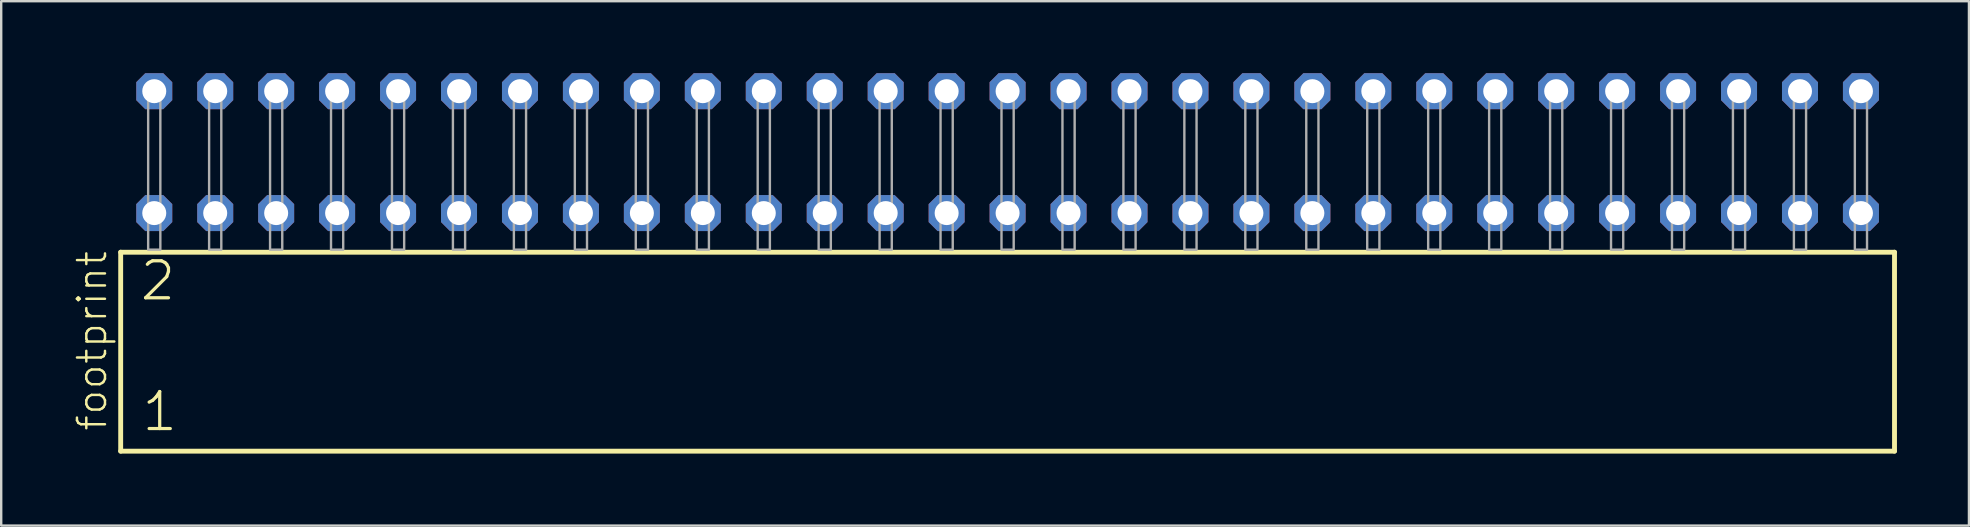
<source format=kicad_pcb>
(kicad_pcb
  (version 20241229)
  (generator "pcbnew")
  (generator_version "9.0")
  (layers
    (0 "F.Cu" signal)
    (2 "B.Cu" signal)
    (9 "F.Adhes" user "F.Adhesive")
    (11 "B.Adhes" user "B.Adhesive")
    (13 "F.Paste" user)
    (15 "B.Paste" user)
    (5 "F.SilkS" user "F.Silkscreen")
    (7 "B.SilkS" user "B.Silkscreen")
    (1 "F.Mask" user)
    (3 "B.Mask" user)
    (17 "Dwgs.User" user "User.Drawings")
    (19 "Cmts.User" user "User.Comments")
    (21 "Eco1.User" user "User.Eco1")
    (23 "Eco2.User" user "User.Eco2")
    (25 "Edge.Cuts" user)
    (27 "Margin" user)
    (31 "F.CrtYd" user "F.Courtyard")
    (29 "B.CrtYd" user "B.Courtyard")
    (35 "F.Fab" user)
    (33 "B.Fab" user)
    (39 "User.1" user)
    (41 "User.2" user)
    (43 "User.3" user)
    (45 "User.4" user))
  (footprint "footprint"
    (layer "F.Cu")
    (at 38.938 7.354)
    (property "Reference" "footprint" (at -37.465 7.62 90) (layer "F.SilkS") (effects (font (size 1.168 1.168) (thickness 0.102)) (justify left bottom)))
    (fp_line (start -36.959 0.106) (end -36.959 8.396) (stroke (width 0.203) (type solid)) (layer "F.SilkS"))
    (fp_line (start -36.959 8.396) (end 36.959 8.396) (stroke (width 0.203) (type solid)) (layer "F.SilkS"))
    (fp_line (start 36.959 0.106) (end -36.959 0.106) (stroke (width 0.203) (type solid)) (layer "F.SilkS"))
    (fp_line (start 36.959 8.396) (end 36.959 0.106) (stroke (width 0.203) (type solid)) (layer "F.SilkS"))
    (fp_poly (pts (xy -35.814 0) (xy -35.306 0) (xy -35.306 -6.858) (xy -35.814 -6.858)) (stroke (width 0.1) (type solid)) (fill no) (layer "F.Fab"))
    (fp_poly (pts (xy -33.274 0) (xy -32.766 0) (xy -32.766 -6.858) (xy -33.274 -6.858)) (stroke (width 0.1) (type solid)) (fill no) (layer "F.Fab"))
    (fp_poly (pts (xy -30.734 0) (xy -30.226 0) (xy -30.226 -6.858) (xy -30.734 -6.858)) (stroke (width 0.1) (type solid)) (fill no) (layer "F.Fab"))
    (fp_poly (pts (xy -28.194 0) (xy -27.686 0) (xy -27.686 -6.858) (xy -28.194 -6.858)) (stroke (width 0.1) (type solid)) (fill no) (layer "F.Fab"))
    (fp_poly (pts (xy -25.654 0) (xy -25.146 0) (xy -25.146 -6.858) (xy -25.654 -6.858)) (stroke (width 0.1) (type solid)) (fill no) (layer "F.Fab"))
    (fp_poly (pts (xy -23.114 0) (xy -22.606 0) (xy -22.606 -6.858) (xy -23.114 -6.858)) (stroke (width 0.1) (type solid)) (fill no) (layer "F.Fab"))
    (fp_poly (pts (xy -20.574 0) (xy -20.066 0) (xy -20.066 -6.858) (xy -20.574 -6.858)) (stroke (width 0.1) (type solid)) (fill no) (layer "F.Fab"))
    (fp_poly (pts (xy -18.034 0) (xy -17.526 0) (xy -17.526 -6.858) (xy -18.034 -6.858)) (stroke (width 0.1) (type solid)) (fill no) (layer "F.Fab"))
    (fp_poly (pts (xy -15.494 0) (xy -14.986 0) (xy -14.986 -6.858) (xy -15.494 -6.858)) (stroke (width 0.1) (type solid)) (fill no) (layer "F.Fab"))
    (fp_poly (pts (xy -12.954 0) (xy -12.446 0) (xy -12.446 -6.858) (xy -12.954 -6.858)) (stroke (width 0.1) (type solid)) (fill no) (layer "F.Fab"))
    (fp_poly (pts (xy -10.414 0) (xy -9.906 0) (xy -9.906 -6.858) (xy -10.414 -6.858)) (stroke (width 0.1) (type solid)) (fill no) (layer "F.Fab"))
    (fp_poly (pts (xy -7.874 0) (xy -7.366 0) (xy -7.366 -6.858) (xy -7.874 -6.858)) (stroke (width 0.1) (type solid)) (fill no) (layer "F.Fab"))
    (fp_poly (pts (xy -5.334 0) (xy -4.826 0) (xy -4.826 -6.858) (xy -5.334 -6.858)) (stroke (width 0.1) (type solid)) (fill no) (layer "F.Fab"))
    (fp_poly (pts (xy -2.794 0) (xy -2.286 0) (xy -2.286 -6.858) (xy -2.794 -6.858)) (stroke (width 0.1) (type solid)) (fill no) (layer "F.Fab"))
    (fp_poly (pts (xy -0.254 0) (xy 0.254 0) (xy 0.254 -6.858) (xy -0.254 -6.858)) (stroke (width 0.1) (type solid)) (fill no) (layer "F.Fab"))
    (fp_poly (pts (xy 2.286 0) (xy 2.794 0) (xy 2.794 -6.858) (xy 2.286 -6.858)) (stroke (width 0.1) (type solid)) (fill no) (layer "F.Fab"))
    (fp_poly (pts (xy 4.826 0) (xy 5.334 0) (xy 5.334 -6.858) (xy 4.826 -6.858)) (stroke (width 0.1) (type solid)) (fill no) (layer "F.Fab"))
    (fp_poly (pts (xy 7.366 0) (xy 7.874 0) (xy 7.874 -6.858) (xy 7.366 -6.858)) (stroke (width 0.1) (type solid)) (fill no) (layer "F.Fab"))
    (fp_poly (pts (xy 9.906 0) (xy 10.414 0) (xy 10.414 -6.858) (xy 9.906 -6.858)) (stroke (width 0.1) (type solid)) (fill no) (layer "F.Fab"))
    (fp_poly (pts (xy 12.446 0) (xy 12.954 0) (xy 12.954 -6.858) (xy 12.446 -6.858)) (stroke (width 0.1) (type solid)) (fill no) (layer "F.Fab"))
    (fp_poly (pts (xy 14.986 0) (xy 15.494 0) (xy 15.494 -6.858) (xy 14.986 -6.858)) (stroke (width 0.1) (type solid)) (fill no) (layer "F.Fab"))
    (fp_poly (pts (xy 17.526 0) (xy 18.034 0) (xy 18.034 -6.858) (xy 17.526 -6.858)) (stroke (width 0.1) (type solid)) (fill no) (layer "F.Fab"))
    (fp_poly (pts (xy 20.066 0) (xy 20.574 0) (xy 20.574 -6.858) (xy 20.066 -6.858)) (stroke (width 0.1) (type solid)) (fill no) (layer "F.Fab"))
    (fp_poly (pts (xy 22.606 0) (xy 23.114 0) (xy 23.114 -6.858) (xy 22.606 -6.858)) (stroke (width 0.1) (type solid)) (fill no) (layer "F.Fab"))
    (fp_poly (pts (xy 25.146 0) (xy 25.654 0) (xy 25.654 -6.858) (xy 25.146 -6.858)) (stroke (width 0.1) (type solid)) (fill no) (layer "F.Fab"))
    (fp_poly (pts (xy 27.686 0) (xy 28.194 0) (xy 28.194 -6.858) (xy 27.686 -6.858)) (stroke (width 0.1) (type solid)) (fill no) (layer "F.Fab"))
    (fp_poly (pts (xy 30.226 0) (xy 30.734 0) (xy 30.734 -6.858) (xy 30.226 -6.858)) (stroke (width 0.1) (type solid)) (fill no) (layer "F.Fab"))
    (fp_poly (pts (xy 32.766 0) (xy 33.274 0) (xy 33.274 -6.858) (xy 32.766 -6.858)) (stroke (width 0.1) (type solid)) (fill no) (layer "F.Fab"))
    (fp_poly (pts (xy 35.306 0) (xy 35.814 0) (xy 35.814 -6.858) (xy 35.306 -6.858)) (stroke (width 0.1) (type solid)) (fill no) (layer "F.Fab"))
    (fp_text user "1" (at -36.155 7.65 0) (layer "F.SilkS") (effects (font (size 1.542 1.542) (thickness 0.134)) (justify left bottom)))
    (fp_text user "2" (at -36.23 2.2 0) (layer "F.SilkS") (effects (font (size 1.542 1.542) (thickness 0.134)) (justify left bottom)))
    (pad "1" thru_hole roundrect (at -35.56 -1.524) (size 1.5 1.5) (drill 1) (layers "*.Cu" "*.Mask") (roundrect_rratio 0.25) (chamfer_ratio 0.25) (chamfer top_left top_right bottom_left bottom_right))
    (pad "2" thru_hole roundrect (at -35.56 -6.604) (size 1.5 1.5) (drill 1) (layers "*.Cu" "*.Mask") (roundrect_rratio 0.25) (chamfer_ratio 0.25) (chamfer top_left top_right bottom_left bottom_right))
    (pad "3" thru_hole roundrect (at -33.02 -1.524) (size 1.5 1.5) (drill 1) (layers "*.Cu" "*.Mask") (roundrect_rratio 0.25) (chamfer_ratio 0.25) (chamfer top_left top_right bottom_left bottom_right))
    (pad "4" thru_hole roundrect (at -33.02 -6.604) (size 1.5 1.5) (drill 1) (layers "*.Cu" "*.Mask") (roundrect_rratio 0.25) (chamfer_ratio 0.25) (chamfer top_left top_right bottom_left bottom_right))
    (pad "5" thru_hole roundrect (at -30.48 -1.524) (size 1.5 1.5) (drill 1) (layers "*.Cu" "*.Mask") (roundrect_rratio 0.25) (chamfer_ratio 0.25) (chamfer top_left top_right bottom_left bottom_right))
    (pad "6" thru_hole roundrect (at -30.48 -6.604) (size 1.5 1.5) (drill 1) (layers "*.Cu" "*.Mask") (roundrect_rratio 0.25) (chamfer_ratio 0.25) (chamfer top_left top_right bottom_left bottom_right))
    (pad "7" thru_hole roundrect (at -27.94 -1.524) (size 1.5 1.5) (drill 1) (layers "*.Cu" "*.Mask") (roundrect_rratio 0.25) (chamfer_ratio 0.25) (chamfer top_left top_right bottom_left bottom_right))
    (pad "8" thru_hole roundrect (at -27.94 -6.604) (size 1.5 1.5) (drill 1) (layers "*.Cu" "*.Mask") (roundrect_rratio 0.25) (chamfer_ratio 0.25) (chamfer top_left top_right bottom_left bottom_right))
    (pad "9" thru_hole roundrect (at -25.4 -1.524) (size 1.5 1.5) (drill 1) (layers "*.Cu" "*.Mask") (roundrect_rratio 0.25) (chamfer_ratio 0.25) (chamfer top_left top_right bottom_left bottom_right))
    (pad "10" thru_hole roundrect (at -25.4 -6.604) (size 1.5 1.5) (drill 1) (layers "*.Cu" "*.Mask") (roundrect_rratio 0.25) (chamfer_ratio 0.25) (chamfer top_left top_right bottom_left bottom_right))
    (pad "11" thru_hole roundrect (at -22.86 -1.524) (size 1.5 1.5) (drill 1) (layers "*.Cu" "*.Mask") (roundrect_rratio 0.25) (chamfer_ratio 0.25) (chamfer top_left top_right bottom_left bottom_right))
    (pad "12" thru_hole roundrect (at -22.86 -6.604) (size 1.5 1.5) (drill 1) (layers "*.Cu" "*.Mask") (roundrect_rratio 0.25) (chamfer_ratio 0.25) (chamfer top_left top_right bottom_left bottom_right))
    (pad "13" thru_hole roundrect (at -20.32 -1.524) (size 1.5 1.5) (drill 1) (layers "*.Cu" "*.Mask") (roundrect_rratio 0.25) (chamfer_ratio 0.25) (chamfer top_left top_right bottom_left bottom_right))
    (pad "14" thru_hole roundrect (at -20.32 -6.604) (size 1.5 1.5) (drill 1) (layers "*.Cu" "*.Mask") (roundrect_rratio 0.25) (chamfer_ratio 0.25) (chamfer top_left top_right bottom_left bottom_right))
    (pad "15" thru_hole roundrect (at -17.78 -1.524) (size 1.5 1.5) (drill 1) (layers "*.Cu" "*.Mask") (roundrect_rratio 0.25) (chamfer_ratio 0.25) (chamfer top_left top_right bottom_left bottom_right))
    (pad "16" thru_hole roundrect (at -17.78 -6.604) (size 1.5 1.5) (drill 1) (layers "*.Cu" "*.Mask") (roundrect_rratio 0.25) (chamfer_ratio 0.25) (chamfer top_left top_right bottom_left bottom_right))
    (pad "17" thru_hole roundrect (at -15.24 -1.524) (size 1.5 1.5) (drill 1) (layers "*.Cu" "*.Mask") (roundrect_rratio 0.25) (chamfer_ratio 0.25) (chamfer top_left top_right bottom_left bottom_right))
    (pad "18" thru_hole roundrect (at -15.24 -6.604) (size 1.5 1.5) (drill 1) (layers "*.Cu" "*.Mask") (roundrect_rratio 0.25) (chamfer_ratio 0.25) (chamfer top_left top_right bottom_left bottom_right))
    (pad "19" thru_hole roundrect (at -12.7 -1.524) (size 1.5 1.5) (drill 1) (layers "*.Cu" "*.Mask") (roundrect_rratio 0.25) (chamfer_ratio 0.25) (chamfer top_left top_right bottom_left bottom_right))
    (pad "20" thru_hole roundrect (at -12.7 -6.604) (size 1.5 1.5) (drill 1) (layers "*.Cu" "*.Mask") (roundrect_rratio 0.25) (chamfer_ratio 0.25) (chamfer top_left top_right bottom_left bottom_right))
    (pad "21" thru_hole roundrect (at -10.16 -1.524) (size 1.5 1.5) (drill 1) (layers "*.Cu" "*.Mask") (roundrect_rratio 0.25) (chamfer_ratio 0.25) (chamfer top_left top_right bottom_left bottom_right))
    (pad "22" thru_hole roundrect (at -10.16 -6.604) (size 1.5 1.5) (drill 1) (layers "*.Cu" "*.Mask") (roundrect_rratio 0.25) (chamfer_ratio 0.25) (chamfer top_left top_right bottom_left bottom_right))
    (pad "23" thru_hole roundrect (at -7.62 -1.524) (size 1.5 1.5) (drill 1) (layers "*.Cu" "*.Mask") (roundrect_rratio 0.25) (chamfer_ratio 0.25) (chamfer top_left top_right bottom_left bottom_right))
    (pad "24" thru_hole roundrect (at -7.62 -6.604) (size 1.5 1.5) (drill 1) (layers "*.Cu" "*.Mask") (roundrect_rratio 0.25) (chamfer_ratio 0.25) (chamfer top_left top_right bottom_left bottom_right))
    (pad "25" thru_hole roundrect (at -5.08 -1.524) (size 1.5 1.5) (drill 1) (layers "*.Cu" "*.Mask") (roundrect_rratio 0.25) (chamfer_ratio 0.25) (chamfer top_left top_right bottom_left bottom_right))
    (pad "26" thru_hole roundrect (at -5.08 -6.604) (size 1.5 1.5) (drill 1) (layers "*.Cu" "*.Mask") (roundrect_rratio 0.25) (chamfer_ratio 0.25) (chamfer top_left top_right bottom_left bottom_right))
    (pad "27" thru_hole roundrect (at -2.54 -1.524) (size 1.5 1.5) (drill 1) (layers "*.Cu" "*.Mask") (roundrect_rratio 0.25) (chamfer_ratio 0.25) (chamfer top_left top_right bottom_left bottom_right))
    (pad "28" thru_hole roundrect (at -2.54 -6.604) (size 1.5 1.5) (drill 1) (layers "*.Cu" "*.Mask") (roundrect_rratio 0.25) (chamfer_ratio 0.25) (chamfer top_left top_right bottom_left bottom_right))
    (pad "29" thru_hole roundrect (at 0 -1.524) (size 1.5 1.5) (drill 1) (layers "*.Cu" "*.Mask") (roundrect_rratio 0.25) (chamfer_ratio 0.25) (chamfer top_left top_right bottom_left bottom_right))
    (pad "30" thru_hole roundrect (at 0 -6.604) (size 1.5 1.5) (drill 1) (layers "*.Cu" "*.Mask") (roundrect_rratio 0.25) (chamfer_ratio 0.25) (chamfer top_left top_right bottom_left bottom_right))
    (pad "31" thru_hole roundrect (at 2.54 -1.524) (size 1.5 1.5) (drill 1) (layers "*.Cu" "*.Mask") (roundrect_rratio 0.25) (chamfer_ratio 0.25) (chamfer top_left top_right bottom_left bottom_right))
    (pad "32" thru_hole roundrect (at 2.54 -6.604) (size 1.5 1.5) (drill 1) (layers "*.Cu" "*.Mask") (roundrect_rratio 0.25) (chamfer_ratio 0.25) (chamfer top_left top_right bottom_left bottom_right))
    (pad "33" thru_hole roundrect (at 5.08 -1.524) (size 1.5 1.5) (drill 1) (layers "*.Cu" "*.Mask") (roundrect_rratio 0.25) (chamfer_ratio 0.25) (chamfer top_left top_right bottom_left bottom_right))
    (pad "34" thru_hole roundrect (at 5.08 -6.604) (size 1.5 1.5) (drill 1) (layers "*.Cu" "*.Mask") (roundrect_rratio 0.25) (chamfer_ratio 0.25) (chamfer top_left top_right bottom_left bottom_right))
    (pad "35" thru_hole roundrect (at 7.62 -1.524) (size 1.5 1.5) (drill 1) (layers "*.Cu" "*.Mask") (roundrect_rratio 0.25) (chamfer_ratio 0.25) (chamfer top_left top_right bottom_left bottom_right))
    (pad "36" thru_hole roundrect (at 7.62 -6.604) (size 1.5 1.5) (drill 1) (layers "*.Cu" "*.Mask") (roundrect_rratio 0.25) (chamfer_ratio 0.25) (chamfer top_left top_right bottom_left bottom_right))
    (pad "37" thru_hole roundrect (at 10.16 -1.524) (size 1.5 1.5) (drill 1) (layers "*.Cu" "*.Mask") (roundrect_rratio 0.25) (chamfer_ratio 0.25) (chamfer top_left top_right bottom_left bottom_right))
    (pad "38" thru_hole roundrect (at 10.16 -6.604) (size 1.5 1.5) (drill 1) (layers "*.Cu" "*.Mask") (roundrect_rratio 0.25) (chamfer_ratio 0.25) (chamfer top_left top_right bottom_left bottom_right))
    (pad "39" thru_hole roundrect (at 12.7 -1.524) (size 1.5 1.5) (drill 1) (layers "*.Cu" "*.Mask") (roundrect_rratio 0.25) (chamfer_ratio 0.25) (chamfer top_left top_right bottom_left bottom_right))
    (pad "40" thru_hole roundrect (at 12.7 -6.604) (size 1.5 1.5) (drill 1) (layers "*.Cu" "*.Mask") (roundrect_rratio 0.25) (chamfer_ratio 0.25) (chamfer top_left top_right bottom_left bottom_right))
    (pad "41" thru_hole roundrect (at 15.24 -1.524) (size 1.5 1.5) (drill 1) (layers "*.Cu" "*.Mask") (roundrect_rratio 0.25) (chamfer_ratio 0.25) (chamfer top_left top_right bottom_left bottom_right))
    (pad "42" thru_hole roundrect (at 15.24 -6.604) (size 1.5 1.5) (drill 1) (layers "*.Cu" "*.Mask") (roundrect_rratio 0.25) (chamfer_ratio 0.25) (chamfer top_left top_right bottom_left bottom_right))
    (pad "43" thru_hole roundrect (at 17.78 -1.524) (size 1.5 1.5) (drill 1) (layers "*.Cu" "*.Mask") (roundrect_rratio 0.25) (chamfer_ratio 0.25) (chamfer top_left top_right bottom_left bottom_right))
    (pad "44" thru_hole roundrect (at 17.78 -6.604) (size 1.5 1.5) (drill 1) (layers "*.Cu" "*.Mask") (roundrect_rratio 0.25) (chamfer_ratio 0.25) (chamfer top_left top_right bottom_left bottom_right))
    (pad "45" thru_hole roundrect (at 20.32 -1.524) (size 1.5 1.5) (drill 1) (layers "*.Cu" "*.Mask") (roundrect_rratio 0.25) (chamfer_ratio 0.25) (chamfer top_left top_right bottom_left bottom_right))
    (pad "46" thru_hole roundrect (at 20.32 -6.604) (size 1.5 1.5) (drill 1) (layers "*.Cu" "*.Mask") (roundrect_rratio 0.25) (chamfer_ratio 0.25) (chamfer top_left top_right bottom_left bottom_right))
    (pad "47" thru_hole roundrect (at 22.86 -1.524) (size 1.5 1.5) (drill 1) (layers "*.Cu" "*.Mask") (roundrect_rratio 0.25) (chamfer_ratio 0.25) (chamfer top_left top_right bottom_left bottom_right))
    (pad "48" thru_hole roundrect (at 22.86 -6.604) (size 1.5 1.5) (drill 1) (layers "*.Cu" "*.Mask") (roundrect_rratio 0.25) (chamfer_ratio 0.25) (chamfer top_left top_right bottom_left bottom_right))
    (pad "49" thru_hole roundrect (at 25.4 -1.524) (size 1.5 1.5) (drill 1) (layers "*.Cu" "*.Mask") (roundrect_rratio 0.25) (chamfer_ratio 0.25) (chamfer top_left top_right bottom_left bottom_right))
    (pad "50" thru_hole roundrect (at 25.4 -6.604) (size 1.5 1.5) (drill 1) (layers "*.Cu" "*.Mask") (roundrect_rratio 0.25) (chamfer_ratio 0.25) (chamfer top_left top_right bottom_left bottom_right))
    (pad "51" thru_hole roundrect (at 27.94 -1.524) (size 1.5 1.5) (drill 1) (layers "*.Cu" "*.Mask") (roundrect_rratio 0.25) (chamfer_ratio 0.25) (chamfer top_left top_right bottom_left bottom_right))
    (pad "52" thru_hole roundrect (at 27.94 -6.604) (size 1.5 1.5) (drill 1) (layers "*.Cu" "*.Mask") (roundrect_rratio 0.25) (chamfer_ratio 0.25) (chamfer top_left top_right bottom_left bottom_right))
    (pad "53" thru_hole roundrect (at 30.48 -1.524) (size 1.5 1.5) (drill 1) (layers "*.Cu" "*.Mask") (roundrect_rratio 0.25) (chamfer_ratio 0.25) (chamfer top_left top_right bottom_left bottom_right))
    (pad "54" thru_hole roundrect (at 30.48 -6.604) (size 1.5 1.5) (drill 1) (layers "*.Cu" "*.Mask") (roundrect_rratio 0.25) (chamfer_ratio 0.25) (chamfer top_left top_right bottom_left bottom_right))
    (pad "55" thru_hole roundrect (at 33.02 -1.524) (size 1.5 1.5) (drill 1) (layers "*.Cu" "*.Mask") (roundrect_rratio 0.25) (chamfer_ratio 0.25) (chamfer top_left top_right bottom_left bottom_right))
    (pad "56" thru_hole roundrect (at 33.02 -6.604) (size 1.5 1.5) (drill 1) (layers "*.Cu" "*.Mask") (roundrect_rratio 0.25) (chamfer_ratio 0.25) (chamfer top_left top_right bottom_left bottom_right))
    (pad "57" thru_hole roundrect (at 35.56 -1.524) (size 1.5 1.5) (drill 1) (layers "*.Cu" "*.Mask") (roundrect_rratio 0.25) (chamfer_ratio 0.25) (chamfer top_left top_right bottom_left bottom_right))
    (pad "58" thru_hole roundrect (at 35.56 -6.604) (size 1.5 1.5) (drill 1) (layers "*.Cu" "*.Mask") (roundrect_rratio 0.25) (chamfer_ratio 0.25) (chamfer top_left top_right bottom_left bottom_right)))
  (gr_rect
    (start -3 -3)
    (end 78.999 18.852)
    (stroke (width 0.1) (type default))
    (fill no)
    (layer "Edge.Cuts")))
</source>
